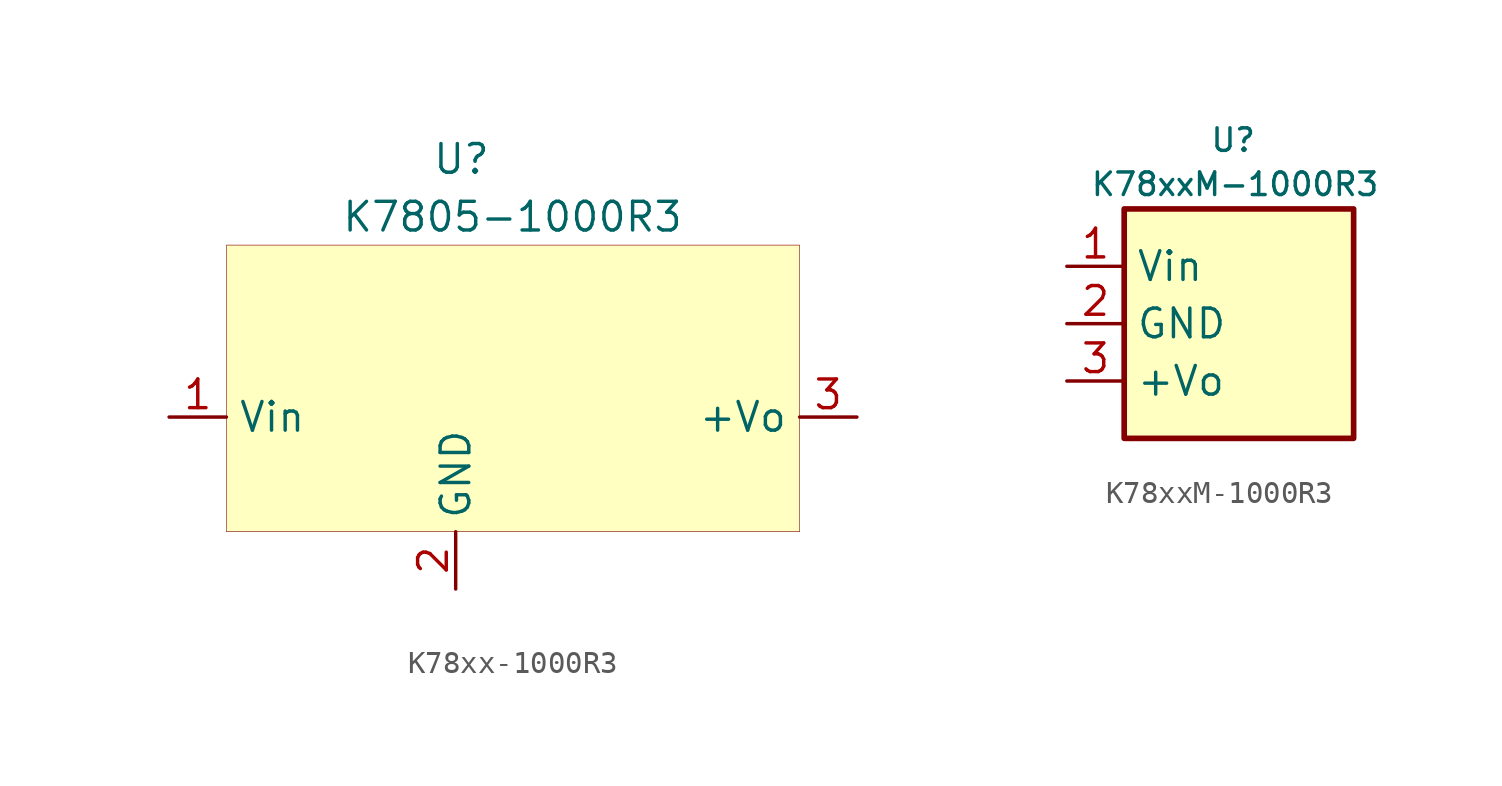
<source format=kicad_sym>
(kicad_symbol_lib
  (version 20231120)
  (generator "kicad_symbol_editor")
  (generator_version "8.0")
  (symbol "K78xx-1000R3"
    (property "Reference" "U"
      (at 0.254 11.43 0)
      (effects (font (size 1.27 1.27))))
    (property "Value" "K7805-1000R3"
      (at -5.08 8.128 0)
      (effects (font (size 1.27 1.27)) (justify left bottom)))
    (symbol "K78xx-1000R3_1_0"
      (rectangle (start -10.16 7.62) (end 15.24 -5.08) (stroke (width 0.025) (type default)) (fill (type background)))
      (pin passive line (at -12.7 0 0) (length 2.54) (name "Vin" (effects (font (size 1.27 1.27)))) (number "1" (effects (font (size 1.27 1.27)))))
      (pin passive line (at 0 -7.62 90) (length 2.54) (name "GND" (effects (font (size 1.27 1.27)))) (number "2" (effects (font (size 1.27 1.27)))))
      (pin passive line (at 17.78 0 180) (length 2.54) (name "+Vo" (effects (font (size 1.27 1.27)))) (number "3" (effects (font (size 1.27 1.27)))))))
  (symbol "K78xxM-1000R3"
    (property "Reference" "U"
      (at 4.826 8.128 0)
      (effects (font (size 1 1))))
    (property "Value" "K78xxM-1000R3"
      (at -1.524 5.588 0)
      (effects (font (size 1 1)) (justify left bottom)))
    (symbol "K78xxM-1000R3_1_0"
      (rectangle (start 0 5.08) (end 10.16 -5.08) (stroke (width 0.25) (type solid)) (fill (type background)))
      (pin passive line (at -2.54 2.54 0) (length 2.54) (name "Vin" (effects (font (size 1.27 1.27)))) (number "1" (effects (font (size 1.27 1.27)))))
      (pin passive line (at -2.54 0 0) (length 2.54) (name "GND" (effects (font (size 1.27 1.27)))) (number "2" (effects (font (size 1.27 1.27)))))
      (pin passive line (at -2.54 -2.54 0) (length 2.54) (name "+Vo" (effects (font (size 1.27 1.27)))) (number "3" (effects (font (size 1.27 1.27))))))))
</source>
